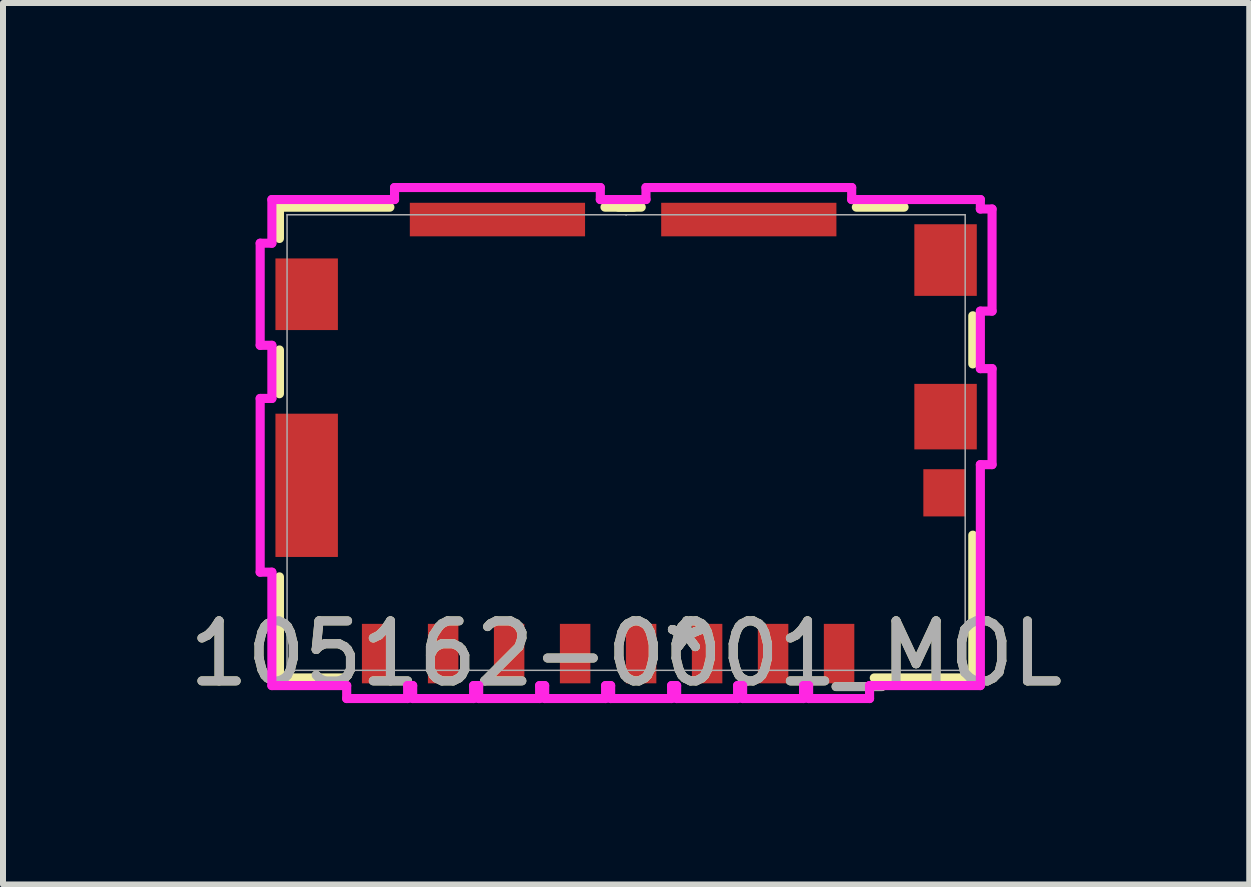
<source format=kicad_pcb>
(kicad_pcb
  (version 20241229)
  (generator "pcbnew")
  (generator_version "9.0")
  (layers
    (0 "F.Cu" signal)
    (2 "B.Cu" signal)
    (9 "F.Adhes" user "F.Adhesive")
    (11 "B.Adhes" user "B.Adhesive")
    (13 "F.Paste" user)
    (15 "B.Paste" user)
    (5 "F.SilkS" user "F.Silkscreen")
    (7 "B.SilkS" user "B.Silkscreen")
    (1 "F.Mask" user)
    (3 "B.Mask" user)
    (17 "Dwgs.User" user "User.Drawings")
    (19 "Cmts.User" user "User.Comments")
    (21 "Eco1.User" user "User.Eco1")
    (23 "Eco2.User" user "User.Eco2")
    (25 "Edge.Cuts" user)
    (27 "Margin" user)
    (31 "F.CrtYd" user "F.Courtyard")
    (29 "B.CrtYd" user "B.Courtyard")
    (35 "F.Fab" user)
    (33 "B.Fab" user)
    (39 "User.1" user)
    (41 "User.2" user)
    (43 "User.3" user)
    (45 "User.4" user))
  (footprint "105162-0001_MOL"
    (layer "F.Cu")
    (at 7.387 4.327)
    (property "Reference" "105162-0001_MOL" (at 0 3.518 0) (unlocked yes) (layer "F.SilkS") (effects (font (size 1 1) (thickness 0.15))))
    (attr smd)
    (fp_line (start -5.779 -3.924) (end -5.779 -3.402) (stroke (width 0.152) (type solid)) (layer "F.SilkS"))
    (fp_line (start -5.779 -1.543) (end -5.779 -0.814) (stroke (width 0.152) (type solid)) (layer "F.SilkS"))
    (fp_line (start -5.779 2.239) (end -5.779 3.924) (stroke (width 0.152) (type solid)) (layer "F.SilkS"))
    (fp_line (start -5.779 3.924) (end -4.737 3.924) (stroke (width 0.152) (type solid)) (layer "F.SilkS"))
    (fp_line (start -3.938 -3.924) (end -5.779 -3.924) (stroke (width 0.152) (type solid)) (layer "F.SilkS"))
    (fp_line (start 0.127 -3.924) (end -0.127 -3.924) (stroke (width 0.152) (type solid)) (layer "F.SilkS"))
    (fp_line (start 0.252 -3.924) (end -0.352 -3.924) (stroke (width 0.152) (type solid)) (layer "F.SilkS"))
    (fp_line (start 4.137 3.924) (end 5.779 3.924) (stroke (width 0.152) (type solid)) (layer "F.SilkS"))
    (fp_line (start 4.633 -3.924) (end 3.838 -3.924) (stroke (width 0.152) (type solid)) (layer "F.SilkS"))
    (fp_line (start 5.779 -1.311) (end 5.779 -2.113) (stroke (width 0.152) (type solid)) (layer "F.SilkS"))
    (fp_line (start 5.779 3.924) (end 5.779 1.544) (stroke (width 0.152) (type solid)) (layer "F.SilkS"))
    (fp_line (start -6.1 -0.735) (end -6.1 2.161) (stroke (width 0.152) (type solid)) (layer "F.CrtYd"))
    (fp_line (start -6.1 2.161) (end -5.905 2.161) (stroke (width 0.152) (type solid)) (layer "F.CrtYd"))
    (fp_line (start -6.1 -3.323) (end -6.1 -1.621) (stroke (width 0.152) (type solid)) (layer "F.CrtYd"))
    (fp_line (start -6.1 -1.621) (end -5.905 -1.621) (stroke (width 0.152) (type solid)) (layer "F.CrtYd"))
    (fp_line (start -5.905 -4.051) (end -5.905 -3.323) (stroke (width 0.152) (type solid)) (layer "F.CrtYd"))
    (fp_line (start -5.905 -3.323) (end -6.1 -3.323) (stroke (width 0.152) (type solid)) (layer "F.CrtYd"))
    (fp_line (start -5.905 -1.621) (end -5.905 -0.735) (stroke (width 0.152) (type solid)) (layer "F.CrtYd"))
    (fp_line (start -5.905 -0.735) (end -6.1 -0.735) (stroke (width 0.152) (type solid)) (layer "F.CrtYd"))
    (fp_line (start -5.905 2.161) (end -5.905 4.051) (stroke (width 0.152) (type solid)) (layer "F.CrtYd"))
    (fp_line (start -5.905 4.051) (end -4.658 4.051) (stroke (width 0.152) (type solid)) (layer "F.CrtYd"))
    (fp_line (start -4.658 4.051) (end -4.658 4.267) (stroke (width 0.152) (type solid)) (layer "F.CrtYd"))
    (fp_line (start -4.658 4.267) (end -3.642 4.267) (stroke (width 0.152) (type solid)) (layer "F.CrtYd"))
    (fp_line (start -3.86 -4.251) (end -3.86 -4.051) (stroke (width 0.152) (type solid)) (layer "F.CrtYd"))
    (fp_line (start -3.86 -4.051) (end -5.905 -4.051) (stroke (width 0.152) (type solid)) (layer "F.CrtYd"))
    (fp_line (start -3.642 4.051) (end -3.558 4.051) (stroke (width 0.152) (type solid)) (layer "F.CrtYd"))
    (fp_line (start -3.642 4.267) (end -3.642 4.051) (stroke (width 0.152) (type solid)) (layer "F.CrtYd"))
    (fp_line (start -3.558 4.051) (end -3.558 4.267) (stroke (width 0.152) (type solid)) (layer "F.CrtYd"))
    (fp_line (start -3.558 4.267) (end -2.542 4.267) (stroke (width 0.152) (type solid)) (layer "F.CrtYd"))
    (fp_line (start -2.542 4.051) (end -2.458 4.051) (stroke (width 0.152) (type solid)) (layer "F.CrtYd"))
    (fp_line (start -2.542 4.267) (end -2.542 4.051) (stroke (width 0.152) (type solid)) (layer "F.CrtYd"))
    (fp_line (start -2.458 4.051) (end -2.458 4.267) (stroke (width 0.152) (type solid)) (layer "F.CrtYd"))
    (fp_line (start -2.458 4.267) (end -1.442 4.267) (stroke (width 0.152) (type solid)) (layer "F.CrtYd"))
    (fp_line (start -1.442 4.051) (end -1.358 4.051) (stroke (width 0.152) (type solid)) (layer "F.CrtYd"))
    (fp_line (start -1.442 4.267) (end -1.442 4.051) (stroke (width 0.152) (type solid)) (layer "F.CrtYd"))
    (fp_line (start -1.358 4.051) (end -1.358 4.267) (stroke (width 0.152) (type solid)) (layer "F.CrtYd"))
    (fp_line (start -1.358 4.267) (end -0.342 4.267) (stroke (width 0.152) (type solid)) (layer "F.CrtYd"))
    (fp_line (start -0.43 -4.251) (end -3.86 -4.251) (stroke (width 0.152) (type solid)) (layer "F.CrtYd"))
    (fp_line (start -0.43 -4.051) (end -0.43 -4.251) (stroke (width 0.152) (type solid)) (layer "F.CrtYd"))
    (fp_line (start -0.342 4.051) (end -0.258 4.051) (stroke (width 0.152) (type solid)) (layer "F.CrtYd"))
    (fp_line (start -0.342 4.267) (end -0.342 4.051) (stroke (width 0.152) (type solid)) (layer "F.CrtYd"))
    (fp_line (start -0.258 4.051) (end -0.258 4.267) (stroke (width 0.152) (type solid)) (layer "F.CrtYd"))
    (fp_line (start -0.258 4.267) (end 0.758 4.267) (stroke (width 0.152) (type solid)) (layer "F.CrtYd"))
    (fp_line (start 0.331 -4.251) (end 0.331 -4.051) (stroke (width 0.152) (type solid)) (layer "F.CrtYd"))
    (fp_line (start 0.331 -4.051) (end -0.43 -4.051) (stroke (width 0.152) (type solid)) (layer "F.CrtYd"))
    (fp_line (start 0.758 4.051) (end 0.842 4.051) (stroke (width 0.152) (type solid)) (layer "F.CrtYd"))
    (fp_line (start 0.758 4.267) (end 0.758 4.051) (stroke (width 0.152) (type solid)) (layer "F.CrtYd"))
    (fp_line (start 0.842 4.051) (end 0.842 4.267) (stroke (width 0.152) (type solid)) (layer "F.CrtYd"))
    (fp_line (start 0.842 4.267) (end 1.858 4.267) (stroke (width 0.152) (type solid)) (layer "F.CrtYd"))
    (fp_line (start 1.858 4.051) (end 1.942 4.051) (stroke (width 0.152) (type solid)) (layer "F.CrtYd"))
    (fp_line (start 1.858 4.267) (end 1.858 4.051) (stroke (width 0.152) (type solid)) (layer "F.CrtYd"))
    (fp_line (start 1.942 4.051) (end 1.942 4.267) (stroke (width 0.152) (type solid)) (layer "F.CrtYd"))
    (fp_line (start 1.942 4.267) (end 2.958 4.267) (stroke (width 0.152) (type solid)) (layer "F.CrtYd"))
    (fp_line (start 2.958 4.051) (end 3.042 4.051) (stroke (width 0.152) (type solid)) (layer "F.CrtYd"))
    (fp_line (start 2.958 4.267) (end 2.958 4.051) (stroke (width 0.152) (type solid)) (layer "F.CrtYd"))
    (fp_line (start 3.042 4.051) (end 3.042 4.267) (stroke (width 0.152) (type solid)) (layer "F.CrtYd"))
    (fp_line (start 3.042 4.267) (end 4.058 4.267) (stroke (width 0.152) (type solid)) (layer "F.CrtYd"))
    (fp_line (start 3.76 -4.251) (end 0.331 -4.251) (stroke (width 0.152) (type solid)) (layer "F.CrtYd"))
    (fp_line (start 3.76 -4.051) (end 3.76 -4.251) (stroke (width 0.152) (type solid)) (layer "F.CrtYd"))
    (fp_line (start 4.058 4.051) (end 5.905 4.051) (stroke (width 0.152) (type solid)) (layer "F.CrtYd"))
    (fp_line (start 4.058 4.267) (end 4.058 4.051) (stroke (width 0.152) (type solid)) (layer "F.CrtYd"))
    (fp_line (start 5.905 -4.051) (end 3.76 -4.051) (stroke (width 0.152) (type solid)) (layer "F.CrtYd"))
    (fp_line (start 5.905 -3.893) (end 5.905 -4.051) (stroke (width 0.152) (type solid)) (layer "F.CrtYd"))
    (fp_line (start 5.905 -2.191) (end 6.1 -2.191) (stroke (width 0.152) (type solid)) (layer "F.CrtYd"))
    (fp_line (start 5.905 -1.232) (end 5.905 -2.191) (stroke (width 0.152) (type solid)) (layer "F.CrtYd"))
    (fp_line (start 5.905 0.368) (end 6.1 0.368) (stroke (width 0.152) (type solid)) (layer "F.CrtYd"))
    (fp_line (start 5.905 4.051) (end 5.905 0.368) (stroke (width 0.152) (type solid)) (layer "F.CrtYd"))
    (fp_line (start 6.1 -3.893) (end 5.905 -3.893) (stroke (width 0.152) (type solid)) (layer "F.CrtYd"))
    (fp_line (start 6.1 -2.191) (end 6.1 -3.893) (stroke (width 0.152) (type solid)) (layer "F.CrtYd"))
    (fp_line (start 6.1 -1.232) (end 5.905 -1.232) (stroke (width 0.152) (type solid)) (layer "F.CrtYd"))
    (fp_line (start 6.1 0.368) (end 6.1 -1.232) (stroke (width 0.152) (type solid)) (layer "F.CrtYd"))
    (fp_line (start -5.652 -3.797) (end -5.652 3.797) (stroke (width 0.025) (type solid)) (layer "F.Fab"))
    (fp_line (start -5.652 3.797) (end 5.652 3.797) (stroke (width 0.025) (type solid)) (layer "F.Fab"))
    (fp_line (start 0 -3.797) (end 0 -3.797) (stroke (width 0.025) (type solid)) (layer "F.Fab"))
    (fp_line (start 0 -3.797) (end 0 -3.797) (stroke (width 0.025) (type solid)) (layer "F.Fab"))
    (fp_line (start 0 -3.797) (end 0 -3.797) (stroke (width 0.025) (type solid)) (layer "F.Fab"))
    (fp_line (start 0 -3.797) (end 0 -3.797) (stroke (width 0.025) (type solid)) (layer "F.Fab"))
    (fp_line (start 5.652 -3.797) (end -5.652 -3.797) (stroke (width 0.025) (type solid)) (layer "F.Fab"))
    (fp_line (start 5.652 3.797) (end 5.652 -3.797) (stroke (width 0.025) (type solid)) (layer "F.Fab"))
    (fp_text user "*" (at 1.01 3.518 0) (unlocked yes) (layer "F.SilkS") (effects (font (size 1 1) (thickness 0.15))))
    (fp_text user "*" (at 1.01 3.518 0) (layer "F.SilkS") (effects (font (size 1 1) (thickness 0.15))))
    (fp_text user "*" (at 1.01 3.518 0) (unlocked yes) (layer "F.Fab") (effects (font (size 1 1) (thickness 0.15))))
    (fp_text user "${REFERENCE}" (at 0 3.518 0) (unlocked yes) (layer "F.Fab") (effects (font (size 1 1) (thickness 0.15))))
    (fp_text user "*" (at 1.01 3.518 0) (layer "F.Fab") (effects (font (size 1 1) (thickness 0.15))))
    (pad "1" smd rect (at 3.55 3.518) (size 0.508 0.991) (layers "F.Cu" "F.Mask" "F.Paste"))
    (pad "2" smd rect (at 2.45 3.518) (size 0.508 0.991) (layers "F.Cu" "F.Mask" "F.Paste"))
    (pad "3" smd rect (at 1.35 3.518) (size 0.508 0.991) (layers "F.Cu" "F.Mask" "F.Paste"))
    (pad "4" smd rect (at 0.25 3.518) (size 0.508 0.991) (layers "F.Cu" "F.Mask" "F.Paste"))
    (pad "5" smd rect (at -0.85 3.518) (size 0.508 0.991) (layers "F.Cu" "F.Mask" "F.Paste"))
    (pad "6" smd rect (at -1.95 3.518) (size 0.508 0.991) (layers "F.Cu" "F.Mask" "F.Paste"))
    (pad "7" smd rect (at -3.05 3.518) (size 0.508 0.991) (layers "F.Cu" "F.Mask" "F.Paste"))
    (pad "8" smd rect (at -4.15 3.518) (size 0.508 0.991) (layers "F.Cu" "F.Mask" "F.Paste"))
    (pad "9" smd rect (at -5.325 0.713) (size 1.041 2.388) (layers "F.Cu" "F.Mask" "F.Paste"))
    (pad "9" smd rect (at -5.325 -2.472) (size 1.041 1.194) (layers "F.Cu" "F.Mask" "F.Paste"))
    (pad "9" smd rect (at -2.145 -3.717) (size 2.921 0.559) (layers "F.Cu" "F.Mask" "F.Paste"))
    (pad "9" smd rect (at 2.045 -3.717) (size 2.921 0.559) (layers "F.Cu" "F.Mask" "F.Paste"))
    (pad "9" smd rect (at 5.31 0.838) (size 0.711 0.787) (layers "F.Cu" "F.Mask" "F.Paste"))
    (pad "9" smd rect (at 5.325 -3.042) (size 1.041 1.194) (layers "F.Cu" "F.Mask" "F.Paste"))
    (pad "9" smd rect (at 5.325 -0.432) (size 1.041 1.092) (layers "F.Cu" "F.Mask" "F.Paste")))
  (gr_rect
    (start -3 -3)
    (end 17.774 11.693)
    (stroke (width 0.1) (type default))
    (fill no)
    (layer "Edge.Cuts")))
</source>
